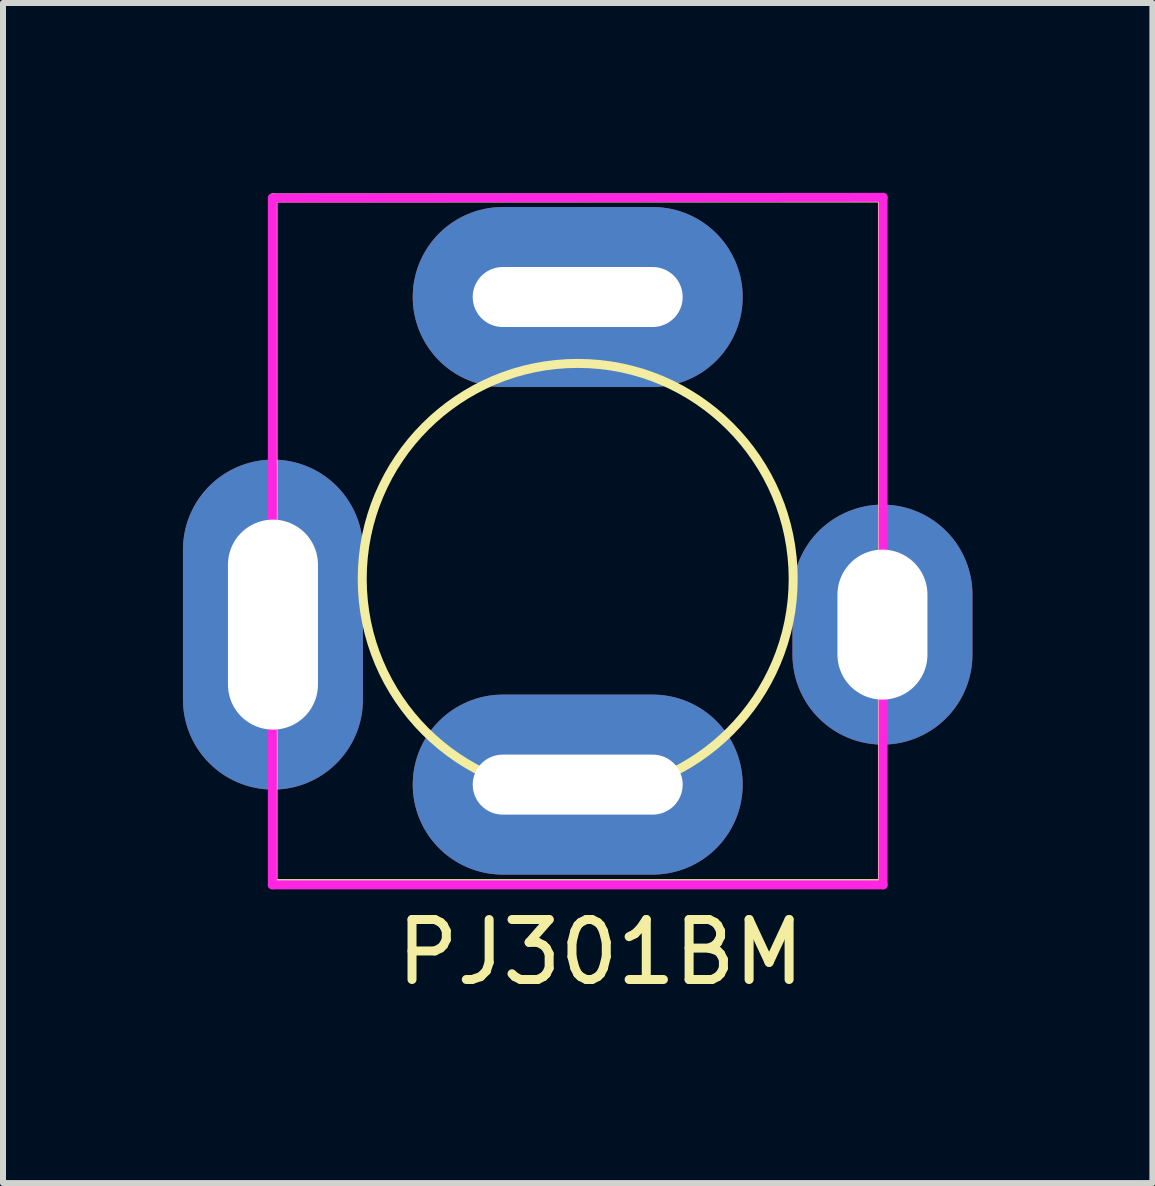
<source format=kicad_pcb>
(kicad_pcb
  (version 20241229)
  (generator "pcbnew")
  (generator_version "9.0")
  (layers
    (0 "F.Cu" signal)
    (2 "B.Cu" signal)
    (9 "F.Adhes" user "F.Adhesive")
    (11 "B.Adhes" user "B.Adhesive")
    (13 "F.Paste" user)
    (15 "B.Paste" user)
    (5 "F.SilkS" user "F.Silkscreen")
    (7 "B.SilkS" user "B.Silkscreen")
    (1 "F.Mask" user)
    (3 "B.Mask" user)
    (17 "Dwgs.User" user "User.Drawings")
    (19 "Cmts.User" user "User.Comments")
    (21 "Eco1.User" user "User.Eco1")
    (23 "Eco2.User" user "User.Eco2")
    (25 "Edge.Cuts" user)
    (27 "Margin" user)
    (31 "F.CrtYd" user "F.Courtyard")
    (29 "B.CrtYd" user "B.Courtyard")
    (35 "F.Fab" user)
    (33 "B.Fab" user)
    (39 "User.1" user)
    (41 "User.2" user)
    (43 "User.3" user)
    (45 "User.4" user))
  (footprint "PJ301BM"
    (layer "F.Cu")
    (at 1.5 0.25)
    (property "Reference" "PJ301BM" (at 5.461 12.573 0) (layer "F.SilkS") (effects (font (size 1 1) (thickness 0.15))))
    (attr through_hole)
    (fp_line (start 0 0) (end 10.16 0) (stroke (width 0.15) (type solid)) (layer "F.SilkS"))
    (fp_line (start 0 11.43) (end 0 0) (stroke (width 0.15) (type solid)) (layer "F.SilkS"))
    (fp_line (start 10.16 0) (end 10.16 11.43) (stroke (width 0.15) (type solid)) (layer "F.SilkS"))
    (fp_line (start 10.16 11.43) (end 0 11.43) (stroke (width 0.15) (type solid)) (layer "F.SilkS"))
    (fp_circle (center 5.08 6.35) (end 7.62 8.89) (stroke (width 0.15) (type solid)) (fill no) (layer "F.SilkS"))
    (fp_line (start -0.01 0) (end 10.17 -0.01) (stroke (width 0.15) (type solid)) (layer "F.CrtYd"))
    (fp_line (start -0.01 11.45) (end -0.01 0.01) (stroke (width 0.15) (type solid)) (layer "F.CrtYd"))
    (fp_line (start 10.17 -0.01) (end 10.17 11.45) (stroke (width 0.15) (type solid)) (layer "F.CrtYd"))
    (fp_line (start 10.17 11.45) (end -0.01 11.45) (stroke (width 0.15) (type solid)) (layer "F.CrtYd"))
    (pad "1" thru_hole oval (at 5.08 1.651) (size 5.5 3) (drill oval 3.5 1) (layers "*.Cu" "*.Mask"))
    (pad "2" thru_hole oval (at 0 7.112) (size 3 5.5) (drill oval 1.5 3.5) (layers "*.Cu" "*.Mask"))
    (pad "2" thru_hole oval (at 10.16 7.112) (size 3 4) (drill oval 1.5 2.5) (layers "*.Cu" "*.Mask"))
    (pad "3" thru_hole oval (at 5.08 9.779) (size 5.5 3) (drill oval 3.5 1) (layers "*.Cu" "*.Mask")))
  (gr_rect
    (start -3 -3)
    (end 16.16 16.671)
    (stroke (width 0.1) (type default))
    (fill no)
    (layer "Edge.Cuts")))
</source>
